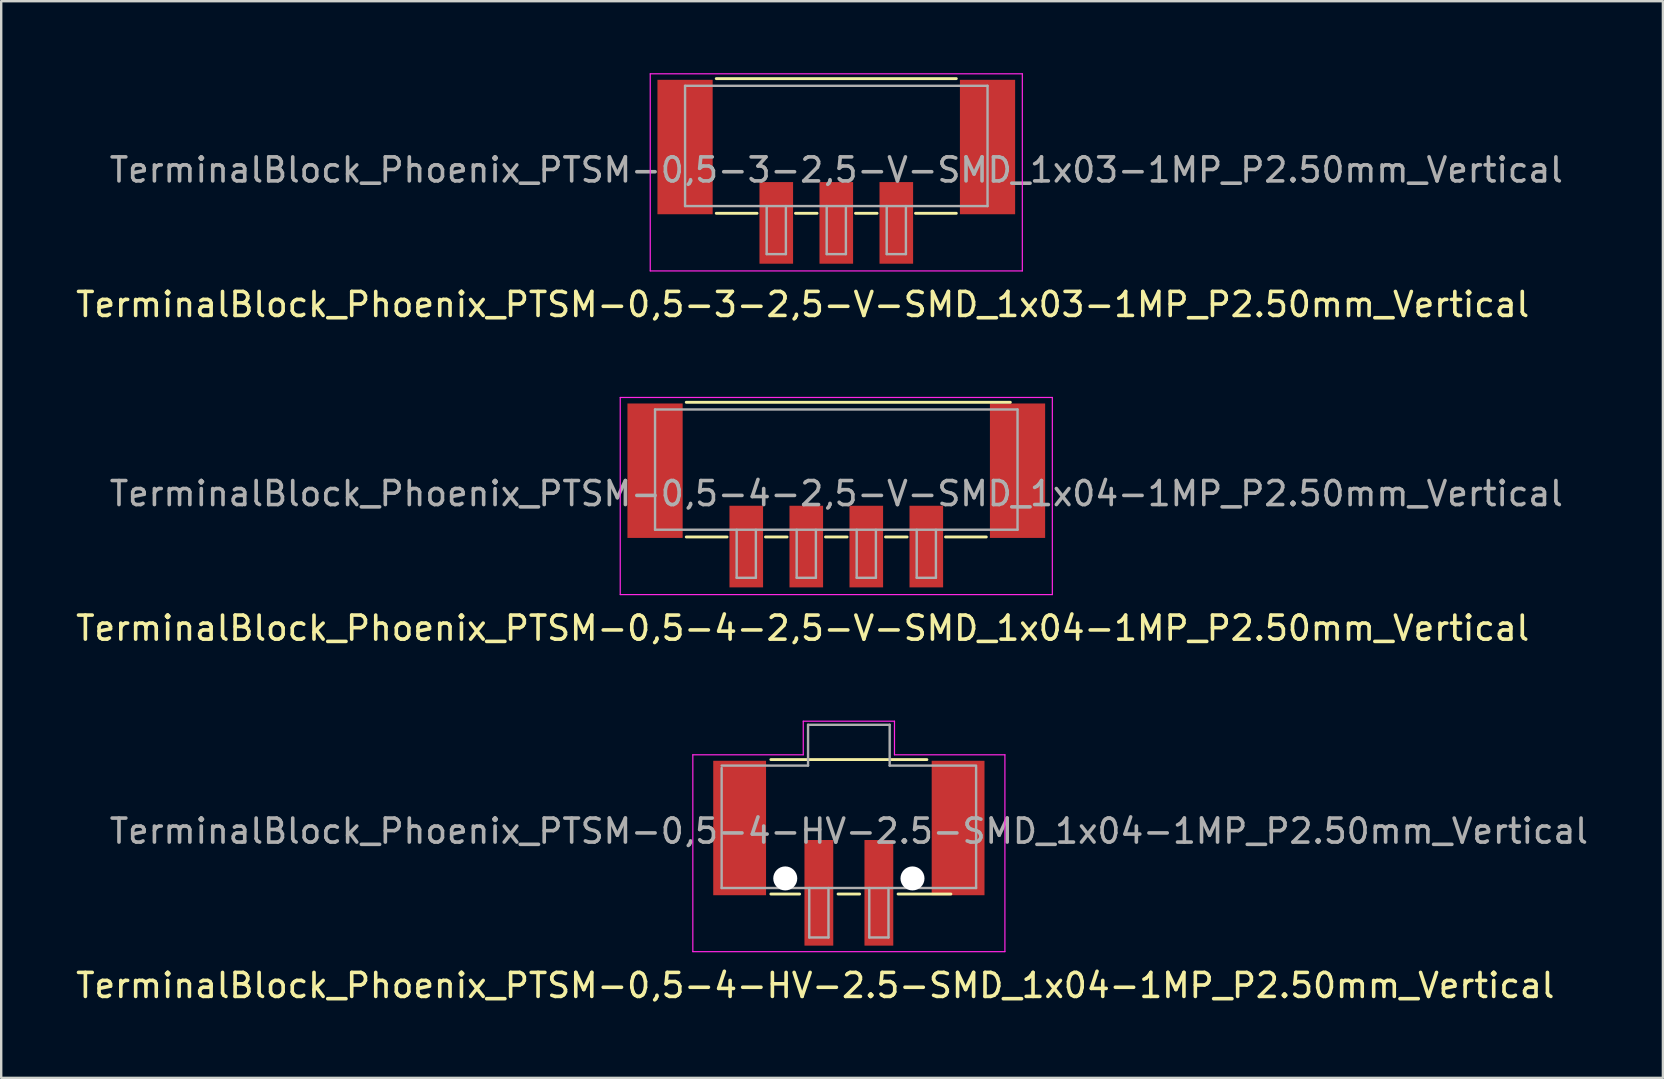
<source format=kicad_pcb>
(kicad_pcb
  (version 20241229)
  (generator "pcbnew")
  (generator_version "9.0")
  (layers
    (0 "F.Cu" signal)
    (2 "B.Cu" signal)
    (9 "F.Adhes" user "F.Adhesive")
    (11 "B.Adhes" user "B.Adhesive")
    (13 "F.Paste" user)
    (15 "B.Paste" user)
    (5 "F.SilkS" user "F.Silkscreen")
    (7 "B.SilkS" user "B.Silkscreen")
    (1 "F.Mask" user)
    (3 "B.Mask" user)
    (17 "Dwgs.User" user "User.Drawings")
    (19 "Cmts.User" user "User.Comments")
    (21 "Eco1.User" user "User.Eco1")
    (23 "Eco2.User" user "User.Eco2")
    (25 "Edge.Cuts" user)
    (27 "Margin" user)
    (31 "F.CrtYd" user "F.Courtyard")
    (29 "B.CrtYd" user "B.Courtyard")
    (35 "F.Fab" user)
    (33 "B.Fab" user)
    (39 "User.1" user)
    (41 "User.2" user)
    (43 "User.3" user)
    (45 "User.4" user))
  (footprint "TerminalBlock_Phoenix_PTSM-0,5-4-HV-2.5-SMD_1x04-1MP_P2.50mm_Vertical"
    (layer "F.Cu")
    (at 32.311 32.492)
    (property "Reference" "TerminalBlock_Phoenix_PTSM-0,5-4-HV-2.5-SMD_1x04-1MP_P2.50mm_Vertical" (at -1.4 5.51 0) (layer "F.SilkS") (effects (font (size 1 1) (thickness 0.15))))
    (attr smd)
    (fp_line (start -3.25 -3.9) (end 3.25 -3.9) (stroke (width 0.12) (type solid)) (layer "F.SilkS"))
    (fp_line (start -2.05 1.7) (end -3.25 1.7) (stroke (width 0.12) (type solid)) (layer "F.SilkS"))
    (fp_line (start 0.45 1.7) (end -0.45 1.7) (stroke (width 0.12) (type solid)) (layer "F.SilkS"))
    (fp_line (start 4.25 1.7) (end 2.05 1.7) (stroke (width 0.12) (type solid)) (layer "F.SilkS"))
    (fp_line (start -6.5 -4.1) (end -1.9 -4.1) (stroke (width 0.05) (type solid)) (layer "F.CrtYd"))
    (fp_line (start -6.5 4.1) (end -6.5 -4.1) (stroke (width 0.05) (type solid)) (layer "F.CrtYd"))
    (fp_line (start -1.9 -5.5) (end 1.9 -5.5) (stroke (width 0.05) (type solid)) (layer "F.CrtYd"))
    (fp_line (start -1.9 -4.1) (end -1.9 -5.5) (stroke (width 0.05) (type solid)) (layer "F.CrtYd"))
    (fp_line (start 1.9 -4.1) (end 1.9 -5.5) (stroke (width 0.05) (type solid)) (layer "F.CrtYd"))
    (fp_line (start 6.5 -4.1) (end 1.9 -4.1) (stroke (width 0.05) (type solid)) (layer "F.CrtYd"))
    (fp_line (start 6.5 -4.1) (end 6.5 4.1) (stroke (width 0.05) (type solid)) (layer "F.CrtYd"))
    (fp_line (start 6.5 4.1) (end -6.5 4.1) (stroke (width 0.05) (type solid)) (layer "F.CrtYd"))
    (fp_line (start -5.3 -3.65) (end -1.7 -3.65) (stroke (width 0.1) (type solid)) (layer "F.Fab"))
    (fp_line (start -5.3 1.45) (end -5.3 -3.55) (stroke (width 0.1) (type solid)) (layer "F.Fab"))
    (fp_line (start -1.7 -5.35) (end 1.7 -5.35) (stroke (width 0.1) (type solid)) (layer "F.Fab"))
    (fp_line (start -1.7 -3.65) (end -1.7 -5.35) (stroke (width 0.1) (type solid)) (layer "F.Fab"))
    (fp_line (start -1.65 1.45) (end -1.65 3.51) (stroke (width 0.1) (type solid)) (layer "F.Fab"))
    (fp_line (start -1.65 3.51) (end -0.85 3.51) (stroke (width 0.1) (type solid)) (layer "F.Fab"))
    (fp_line (start -0.85 1.45) (end -0.85 3.51) (stroke (width 0.1) (type solid)) (layer "F.Fab"))
    (fp_line (start 0.85 1.45) (end 0.85 3.51) (stroke (width 0.1) (type solid)) (layer "F.Fab"))
    (fp_line (start 0.85 3.51) (end 1.65 3.51) (stroke (width 0.1) (type solid)) (layer "F.Fab"))
    (fp_line (start 1.65 1.45) (end 1.65 3.51) (stroke (width 0.1) (type solid)) (layer "F.Fab"))
    (fp_line (start 1.7 -5.35) (end 1.7 -3.65) (stroke (width 0.1) (type solid)) (layer "F.Fab"))
    (fp_line (start 1.7 -3.65) (end 5.3 -3.65) (stroke (width 0.1) (type solid)) (layer "F.Fab"))
    (fp_line (start 5.3 1.45) (end -5.3 1.45) (stroke (width 0.1) (type solid)) (layer "F.Fab"))
    (fp_line (start 5.3 1.45) (end 5.3 -3.6) (stroke (width 0.1) (type solid)) (layer "F.Fab"))
    (fp_text user "${REFERENCE}" (at 0 -0.92 0) (layer "F.Fab") (effects (font (size 1 1) (thickness 0.15))))
    (pad "" np_thru_hole circle (at -2.65 1.05) (size 1 1) (drill 1) (layers "*.Cu" "*.Mask"))
    (pad "" np_thru_hole circle (at 2.65 1.05) (size 1 1) (drill 1) (layers "*.Cu" "*.Mask"))
    (pad "1" smd rect (at -1.25 1.65 180) (size 1.2 4.4) (layers "F.Cu" "F.Mask" "F.Paste"))
    (pad "2" smd rect (at 1.25 1.65 180) (size 1.2 4.4) (layers "F.Cu" "F.Mask" "F.Paste"))
    (pad "MP" smd rect (at -4.55 -1.05 180) (size 2.2 5.6) (layers "F.Cu" "F.Mask" "F.Paste"))
    (pad "MP" smd rect (at 4.55 -1.05 180) (size 2.2 5.6) (layers "F.Cu" "F.Mask" "F.Paste")))
  (footprint "TerminalBlock_Phoenix_PTSM-0,5-4-2,5-V-SMD_1x04-1MP_P2.50mm_Vertical"
    (layer "F.Cu")
    (at 31.787 17.588)
    (property "Reference" "TerminalBlock_Phoenix_PTSM-0,5-4-2,5-V-SMD_1x04-1MP_P2.50mm_Vertical" (at -1.4 5.53 0) (layer "F.SilkS") (effects (font (size 1 1) (thickness 0.15))))
    (attr smd)
    (fp_line (start -6.25 -3.88) (end 7.25 -3.88) (stroke (width 0.12) (type solid)) (layer "F.SilkS"))
    (fp_line (start -4.55 1.73) (end -6.25 1.73) (stroke (width 0.12) (type solid)) (layer "F.SilkS"))
    (fp_line (start -2.05 1.73) (end -2.95 1.73) (stroke (width 0.12) (type solid)) (layer "F.SilkS"))
    (fp_line (start 0.45 1.73) (end -0.45 1.73) (stroke (width 0.12) (type solid)) (layer "F.SilkS"))
    (fp_line (start 2.95 1.73) (end 2.05 1.73) (stroke (width 0.12) (type solid)) (layer "F.SilkS"))
    (fp_line (start 6.25 1.73) (end 4.55 1.73) (stroke (width 0.12) (type solid)) (layer "F.SilkS"))
    (fp_line (start -9 -4.08) (end 9 -4.08) (stroke (width 0.05) (type solid)) (layer "F.CrtYd"))
    (fp_line (start -9 4.13) (end -9 -4.08) (stroke (width 0.05) (type solid)) (layer "F.CrtYd"))
    (fp_line (start 9 -4.08) (end 9 4.13) (stroke (width 0.05) (type solid)) (layer "F.CrtYd"))
    (fp_line (start 9 4.13) (end -9 4.13) (stroke (width 0.05) (type solid)) (layer "F.CrtYd"))
    (fp_line (start -7.55 -3.58) (end 7.55 -3.58) (stroke (width 0.1) (type solid)) (layer "F.Fab"))
    (fp_line (start -7.55 1.43) (end -7.55 -3.58) (stroke (width 0.1) (type solid)) (layer "F.Fab"))
    (fp_line (start -4.15 1.43) (end -4.15 3.43) (stroke (width 0.1) (type solid)) (layer "F.Fab"))
    (fp_line (start -4.15 3.43) (end -3.35 3.43) (stroke (width 0.1) (type solid)) (layer "F.Fab"))
    (fp_line (start -3.35 1.43) (end -3.35 3.43) (stroke (width 0.1) (type solid)) (layer "F.Fab"))
    (fp_line (start -1.65 1.43) (end -1.65 3.43) (stroke (width 0.1) (type solid)) (layer "F.Fab"))
    (fp_line (start -1.65 3.43) (end -0.85 3.43) (stroke (width 0.1) (type solid)) (layer "F.Fab"))
    (fp_line (start -0.85 1.43) (end -0.85 3.43) (stroke (width 0.1) (type solid)) (layer "F.Fab"))
    (fp_line (start 0.85 1.43) (end 0.85 3.43) (stroke (width 0.1) (type solid)) (layer "F.Fab"))
    (fp_line (start 0.85 3.43) (end 1.65 3.43) (stroke (width 0.1) (type solid)) (layer "F.Fab"))
    (fp_line (start 1.65 1.43) (end 1.65 3.43) (stroke (width 0.1) (type solid)) (layer "F.Fab"))
    (fp_line (start 3.35 1.43) (end 3.35 3.43) (stroke (width 0.1) (type solid)) (layer "F.Fab"))
    (fp_line (start 3.35 3.43) (end 4.15 3.43) (stroke (width 0.1) (type solid)) (layer "F.Fab"))
    (fp_line (start 4.15 1.43) (end 4.15 3.43) (stroke (width 0.1) (type solid)) (layer "F.Fab"))
    (fp_line (start 7.55 1.43) (end -7.55 1.43) (stroke (width 0.1) (type solid)) (layer "F.Fab"))
    (fp_line (start 7.55 1.43) (end 7.55 -3.58) (stroke (width 0.1) (type solid)) (layer "F.Fab"))
    (fp_text user "${REFERENCE}" (at 0 -0.075 0) (layer "F.Fab") (effects (font (size 1 1) (thickness 0.15))))
    (pad "1" smd rect (at -3.75 2.13 180) (size 1.4 3.4) (layers "F.Cu" "F.Mask" "F.Paste"))
    (pad "2" smd rect (at -1.25 2.13 180) (size 1.4 3.4) (layers "F.Cu" "F.Mask" "F.Paste"))
    (pad "3" smd rect (at 1.25 2.13 180) (size 1.4 3.4) (layers "F.Cu" "F.Mask" "F.Paste"))
    (pad "4" smd rect (at 3.75 2.13 180) (size 1.4 3.4) (layers "F.Cu" "F.Mask" "F.Paste"))
    (pad "MP" smd rect (at -7.55 -1.03 180) (size 2.3 5.6) (layers "F.Cu" "F.Mask" "F.Paste"))
    (pad "MP" smd rect (at 7.55 -1.03 180) (size 2.3 5.6) (layers "F.Cu" "F.Mask" "F.Paste")))
  (footprint "TerminalBlock_Phoenix_PTSM-0,5-3-2,5-V-SMD_1x03-1MP_P2.50mm_Vertical"
    (layer "F.Cu")
    (at 31.787 4.105)
    (property "Reference" "TerminalBlock_Phoenix_PTSM-0,5-3-2,5-V-SMD_1x03-1MP_P2.50mm_Vertical" (at -1.4 5.53 0) (layer "F.SilkS") (effects (font (size 1 1) (thickness 0.15))))
    (attr smd)
    (fp_line (start -5 -3.88) (end 5 -3.88) (stroke (width 0.12) (type solid)) (layer "F.SilkS"))
    (fp_line (start -3.3 1.73) (end -5 1.73) (stroke (width 0.12) (type solid)) (layer "F.SilkS"))
    (fp_line (start -0.8 1.73) (end -1.7 1.73) (stroke (width 0.12) (type solid)) (layer "F.SilkS"))
    (fp_line (start 1.7 1.73) (end 0.8 1.73) (stroke (width 0.12) (type solid)) (layer "F.SilkS"))
    (fp_line (start 5 1.73) (end 3.3 1.73) (stroke (width 0.12) (type solid)) (layer "F.SilkS"))
    (fp_line (start -7.75 -4.08) (end 7.75 -4.08) (stroke (width 0.05) (type solid)) (layer "F.CrtYd"))
    (fp_line (start -7.75 4.13) (end -7.75 -4.08) (stroke (width 0.05) (type solid)) (layer "F.CrtYd"))
    (fp_line (start 7.75 -4.08) (end 7.75 4.13) (stroke (width 0.05) (type solid)) (layer "F.CrtYd"))
    (fp_line (start 7.75 4.13) (end -7.75 4.13) (stroke (width 0.05) (type solid)) (layer "F.CrtYd"))
    (fp_line (start -6.3 -3.58) (end 6.3 -3.58) (stroke (width 0.1) (type solid)) (layer "F.Fab"))
    (fp_line (start -6.3 1.43) (end -6.3 -3.58) (stroke (width 0.1) (type solid)) (layer "F.Fab"))
    (fp_line (start -2.9 1.43) (end -2.9 3.43) (stroke (width 0.1) (type solid)) (layer "F.Fab"))
    (fp_line (start -2.9 3.43) (end -2.1 3.43) (stroke (width 0.1) (type solid)) (layer "F.Fab"))
    (fp_line (start -2.1 1.43) (end -2.1 3.43) (stroke (width 0.1) (type solid)) (layer "F.Fab"))
    (fp_line (start -0.4 1.43) (end -0.4 3.43) (stroke (width 0.1) (type solid)) (layer "F.Fab"))
    (fp_line (start -0.4 3.43) (end 0.4 3.43) (stroke (width 0.1) (type solid)) (layer "F.Fab"))
    (fp_line (start 0.4 1.43) (end 0.4 3.43) (stroke (width 0.1) (type solid)) (layer "F.Fab"))
    (fp_line (start 2.1 1.43) (end 2.1 3.43) (stroke (width 0.1) (type solid)) (layer "F.Fab"))
    (fp_line (start 2.1 3.43) (end 2.9 3.43) (stroke (width 0.1) (type solid)) (layer "F.Fab"))
    (fp_line (start 2.9 1.43) (end 2.9 3.43) (stroke (width 0.1) (type solid)) (layer "F.Fab"))
    (fp_line (start 6.3 1.43) (end -6.3 1.43) (stroke (width 0.1) (type solid)) (layer "F.Fab"))
    (fp_line (start 6.3 1.43) (end 6.3 -3.58) (stroke (width 0.1) (type solid)) (layer "F.Fab"))
    (fp_text user "${REFERENCE}" (at 0 -0.075 0) (layer "F.Fab") (effects (font (size 1 1) (thickness 0.15))))
    (pad "1" smd rect (at -2.5 2.13 180) (size 1.4 3.4) (layers "F.Cu" "F.Mask" "F.Paste"))
    (pad "2" smd rect (at 0 2.13 180) (size 1.4 3.4) (layers "F.Cu" "F.Mask" "F.Paste"))
    (pad "3" smd rect (at 2.5 2.13 180) (size 1.4 3.4) (layers "F.Cu" "F.Mask" "F.Paste"))
    (pad "MP" smd rect (at -6.3 -1.03 180) (size 2.3 5.6) (layers "F.Cu" "F.Mask" "F.Paste"))
    (pad "MP" smd rect (at 6.3 -1.03 180) (size 2.3 5.6) (layers "F.Cu" "F.Mask" "F.Paste")))
  (gr_rect
    (start -3 -3)
    (end 66.221 41.85)
    (stroke (width 0.1) (type default))
    (fill no)
    (layer "Edge.Cuts")))
</source>
